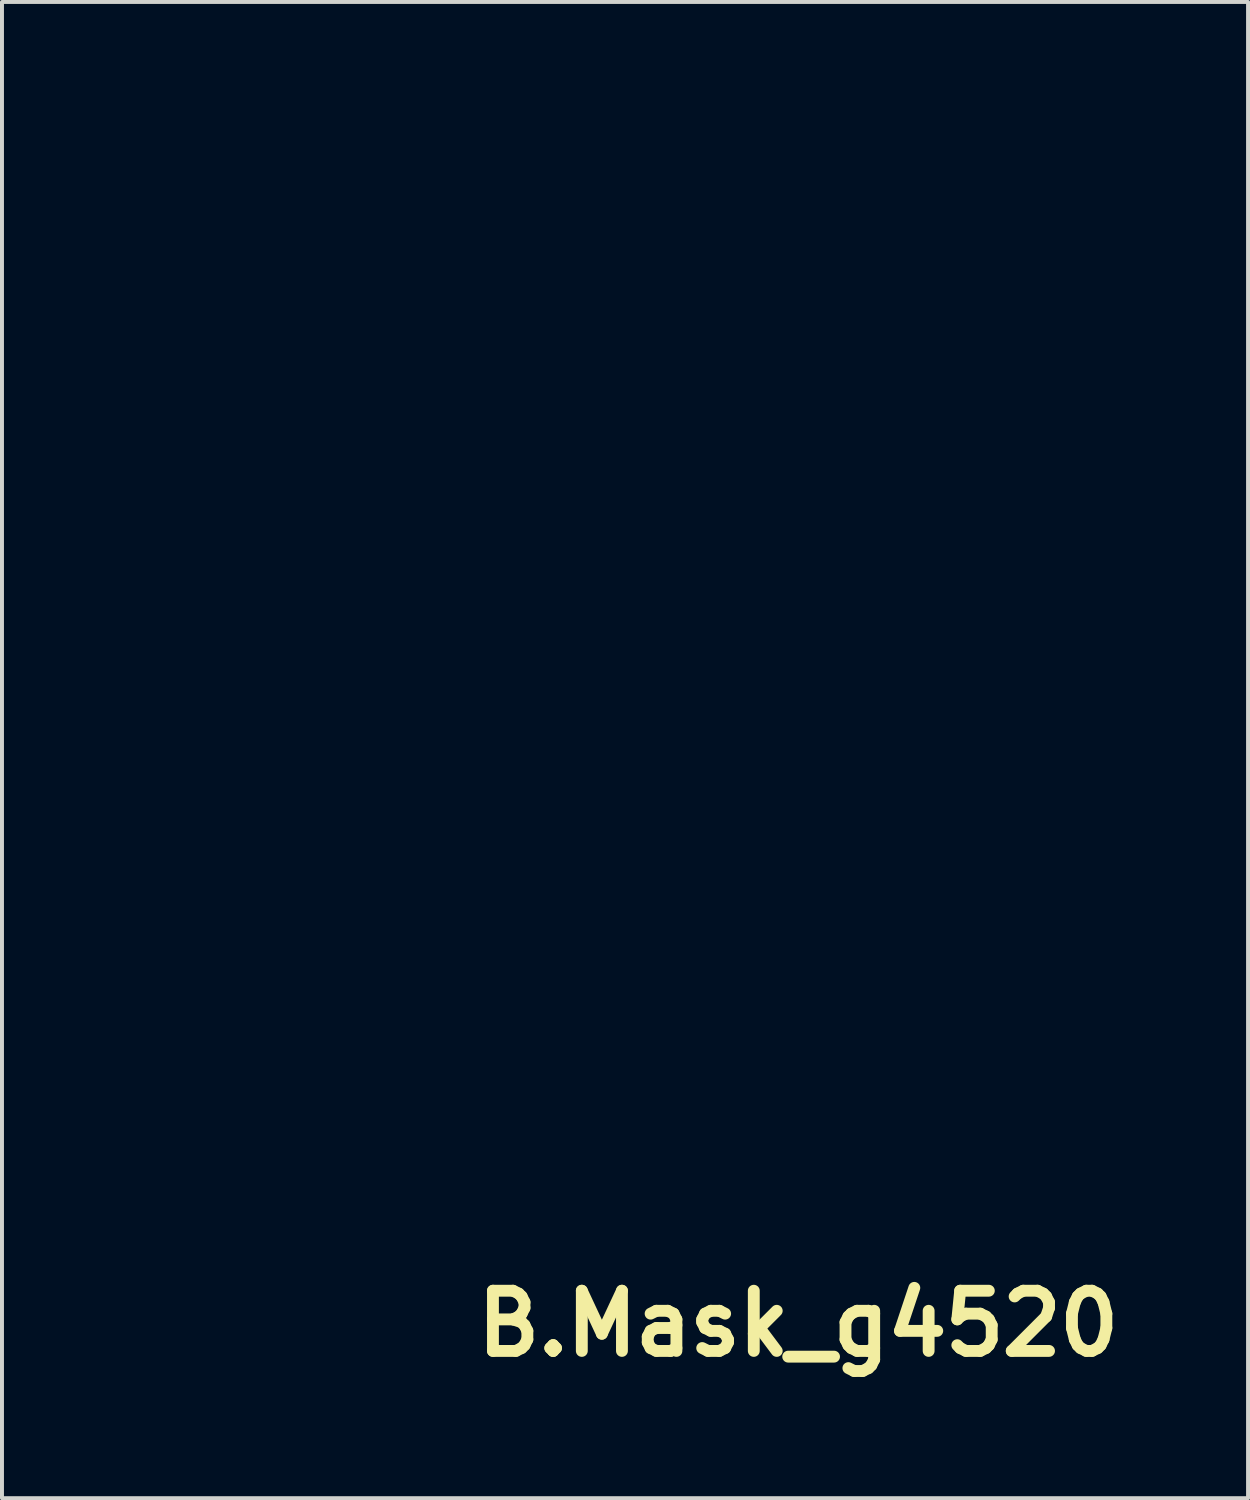
<source format=kicad_pcb>
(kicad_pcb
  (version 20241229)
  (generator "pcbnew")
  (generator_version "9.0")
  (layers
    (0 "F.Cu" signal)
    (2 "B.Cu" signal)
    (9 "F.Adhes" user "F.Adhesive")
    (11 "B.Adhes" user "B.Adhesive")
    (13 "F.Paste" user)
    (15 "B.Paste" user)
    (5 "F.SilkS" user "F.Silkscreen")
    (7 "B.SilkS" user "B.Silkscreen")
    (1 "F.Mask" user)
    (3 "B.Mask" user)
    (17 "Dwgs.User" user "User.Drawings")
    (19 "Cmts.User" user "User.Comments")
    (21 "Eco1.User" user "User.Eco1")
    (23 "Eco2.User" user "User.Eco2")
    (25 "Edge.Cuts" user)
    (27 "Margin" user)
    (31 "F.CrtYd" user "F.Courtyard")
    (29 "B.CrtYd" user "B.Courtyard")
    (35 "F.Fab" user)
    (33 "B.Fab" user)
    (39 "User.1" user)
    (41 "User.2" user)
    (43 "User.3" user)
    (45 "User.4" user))
  (footprint "B.Mask_g4520"
    (layer "F.Cu")
    (at 17.16 30.464)
    (property "Reference" "B.Mask_g4520" (at 0 0 0) (layer "F.SilkS") (effects (font (size 1.524 1.524) (thickness 0.3))))
    (attr through_hole)
    (fp_poly (pts (xy -9.353 -1.906) (xy -9.291 -1.817) (xy -9.247 -1.698) (xy -9.229 -1.579) (xy -9.242 -1.491) (xy -9.26 -1.468) (xy -9.343 -1.445) (xy -9.49 -1.429) (xy -9.679 -1.423) (xy -9.89 -1.425) (xy -9.938 -1.428) (xy -10.087 -1.439) (xy -10.196 -1.455) (xy -10.244 -1.473) (xy -10.245 -1.475) (xy -10.215 -1.523) (xy -10.136 -1.607) (xy -10.029 -1.708) (xy -9.911 -1.81) (xy -9.8 -1.894) (xy -9.794 -1.898) (xy -9.625 -1.979) (xy -9.475 -1.982) (xy -9.353 -1.906)) (stroke (width 0.01) (type solid)) (fill yes) (layer "B.Mask"))
    (fp_poly (pts (xy -16.907 -30.422) (xy -16.81 -30.317) (xy -16.693 -30.155) (xy -16.564 -29.945) (xy -16.428 -29.698) (xy -16.364 -29.57) (xy -16.25 -29.33) (xy -16.129 -29.06) (xy -16.006 -28.772) (xy -15.885 -28.476) (xy -15.769 -28.185) (xy -15.664 -27.908) (xy -15.573 -27.657) (xy -15.501 -27.442) (xy -15.451 -27.276) (xy -15.429 -27.168) (xy -15.431 -27.134) (xy -15.496 -27.104) (xy -15.628 -27.099) (xy -15.816 -27.118) (xy -16.044 -27.16) (xy -16.289 -27.219) (xy -16.468 -27.286) (xy -16.598 -27.376) (xy -16.697 -27.502) (xy -16.784 -27.681) (xy -16.844 -27.837) (xy -17.016 -28.388) (xy -17.118 -28.918) (xy -17.155 -29.448) (xy -17.155 -29.527) (xy -17.146 -29.824) (xy -17.123 -30.074) (xy -17.088 -30.269) (xy -17.043 -30.4) (xy -16.989 -30.457) (xy -16.977 -30.459) (xy -16.907 -30.422)) (stroke (width 0.01) (type solid)) (fill yes) (layer "B.Mask"))
    (fp_poly (pts (xy -16.498 -26.954) (xy -16.343 -26.936) (xy -16.267 -26.925) (xy -16.047 -26.896) (xy -15.789 -26.869) (xy -15.539 -26.848) (xy -15.473 -26.844) (xy -15.05 -26.818) (xy -14.872 -26.48) (xy -14.767 -26.267) (xy -14.658 -26.025) (xy -14.552 -25.774) (xy -14.459 -25.534) (xy -14.386 -25.325) (xy -14.34 -25.166) (xy -14.333 -25.135) (xy -14.324 -25.016) (xy -14.357 -24.931) (xy -14.406 -24.876) (xy -14.545 -24.787) (xy -14.748 -24.725) (xy -14.996 -24.691) (xy -15.273 -24.688) (xy -15.56 -24.718) (xy -15.675 -24.74) (xy -15.915 -24.813) (xy -16.107 -24.925) (xy -16.269 -25.09) (xy -16.416 -25.322) (xy -16.455 -25.397) (xy -16.592 -25.702) (xy -16.676 -25.978) (xy -16.713 -26.255) (xy -16.709 -26.563) (xy -16.708 -26.58) (xy -16.694 -26.745) (xy -16.678 -26.875) (xy -16.664 -26.949) (xy -16.66 -26.957) (xy -16.611 -26.962) (xy -16.498 -26.954)) (stroke (width 0.01) (type solid)) (fill yes) (layer "B.Mask"))
    (fp_poly (pts (xy -13.979 -24.525) (xy -13.886 -24.475) (xy -13.851 -24.447) (xy -13.695 -24.278) (xy -13.541 -24.039) (xy -13.396 -23.748) (xy -13.269 -23.42) (xy -13.167 -23.07) (xy -13.146 -22.98) (xy -13.108 -22.778) (xy -13.105 -22.637) (xy -13.146 -22.54) (xy -13.237 -22.468) (xy -13.387 -22.402) (xy -13.392 -22.401) (xy -13.807 -22.274) (xy -14.213 -22.206) (xy -14.593 -22.199) (xy -14.885 -22.242) (xy -15.202 -22.362) (xy -15.487 -22.552) (xy -15.731 -22.805) (xy -15.925 -23.11) (xy -16.06 -23.457) (xy -16.091 -23.581) (xy -16.108 -23.704) (xy -16.118 -23.866) (xy -16.122 -24.041) (xy -16.119 -24.209) (xy -16.109 -24.346) (xy -16.093 -24.429) (xy -16.086 -24.441) (xy -16.038 -24.445) (xy -15.924 -24.441) (xy -15.761 -24.43) (xy -15.589 -24.414) (xy -15.369 -24.395) (xy -15.203 -24.387) (xy -15.06 -24.394) (xy -14.911 -24.415) (xy -14.726 -24.454) (xy -14.699 -24.46) (xy -14.436 -24.515) (xy -14.239 -24.545) (xy -14.092 -24.548) (xy -13.979 -24.525)) (stroke (width 0.01) (type solid)) (fill yes) (layer "B.Mask"))
    (fp_poly (pts (xy -12.799 -22.2) (xy -12.725 -22.159) (xy -12.657 -22.097) (xy -12.651 -22.091) (xy -12.533 -21.933) (xy -12.41 -21.719) (xy -12.293 -21.471) (xy -12.192 -21.212) (xy -12.114 -20.964) (xy -12.071 -20.752) (xy -12.065 -20.665) (xy -12.101 -20.537) (xy -12.212 -20.42) (xy -12.401 -20.313) (xy -12.664 -20.215) (xy -13.085 -20.105) (xy -13.497 -20.043) (xy -13.884 -20.028) (xy -14.228 -20.063) (xy -14.34 -20.089) (xy -14.707 -20.228) (xy -15.02 -20.431) (xy -15.278 -20.699) (xy -15.474 -21.017) (xy -15.536 -21.155) (xy -15.575 -21.285) (xy -15.598 -21.434) (xy -15.612 -21.632) (xy -15.614 -21.684) (xy -15.62 -21.875) (xy -15.619 -21.997) (xy -15.608 -22.064) (xy -15.586 -22.093) (xy -15.558 -22.098) (xy -15.492 -22.091) (xy -15.359 -22.071) (xy -15.178 -22.041) (xy -14.967 -22.004) (xy -14.901 -21.992) (xy -14.317 -21.886) (xy -13.69 -22.056) (xy -13.4 -22.132) (xy -13.178 -22.184) (xy -13.013 -22.213) (xy -12.89 -22.218) (xy -12.799 -22.2)) (stroke (width 0.01) (type solid)) (fill yes) (layer "B.Mask"))
    (fp_poly (pts (xy -11.857 -20.188) (xy -11.806 -20.153) (xy -11.752 -20.106) (xy -11.634 -19.97) (xy -11.508 -19.77) (xy -11.383 -19.525) (xy -11.267 -19.254) (xy -11.169 -18.977) (xy -11.097 -18.713) (xy -11.066 -18.544) (xy -11.057 -18.411) (xy -11.079 -18.318) (xy -11.143 -18.225) (xy -11.15 -18.217) (xy -11.322 -18.066) (xy -11.56 -17.93) (xy -11.847 -17.814) (xy -12.165 -17.721) (xy -12.498 -17.655) (xy -12.827 -17.621) (xy -13.134 -17.623) (xy -13.404 -17.663) (xy -13.486 -17.688) (xy -13.812 -17.824) (xy -14.123 -17.998) (xy -14.404 -18.2) (xy -14.644 -18.417) (xy -14.827 -18.639) (xy -14.937 -18.847) (xy -15.001 -19.062) (xy -15.042 -19.289) (xy -15.06 -19.501) (xy -15.049 -19.674) (xy -15.032 -19.742) (xy -14.985 -19.863) (xy -14.276 -19.834) (xy -13.936 -19.824) (xy -13.654 -19.827) (xy -13.403 -19.847) (xy -13.158 -19.886) (xy -12.893 -19.947) (xy -12.58 -20.035) (xy -12.501 -20.059) (xy -12.27 -20.128) (xy -12.105 -20.175) (xy -11.991 -20.2) (xy -11.914 -20.204) (xy -11.857 -20.188)) (stroke (width 0.01) (type solid)) (fill yes) (layer "B.Mask"))
    (fp_poly (pts (xy -10.71 -17.931) (xy -10.61 -17.836) (xy -10.502 -17.708) (xy -10.485 -17.686) (xy -10.349 -17.47) (xy -10.232 -17.22) (xy -10.138 -16.954) (xy -10.074 -16.691) (xy -10.042 -16.448) (xy -10.047 -16.242) (xy -10.087 -16.105) (xy -10.238 -15.883) (xy -10.444 -15.672) (xy -10.677 -15.501) (xy -10.765 -15.453) (xy -11.012 -15.349) (xy -11.298 -15.256) (xy -11.604 -15.179) (xy -11.909 -15.121) (xy -12.193 -15.086) (xy -12.434 -15.079) (xy -12.573 -15.093) (xy -12.644 -15.105) (xy -12.772 -15.127) (xy -12.932 -15.153) (xy -12.954 -15.157) (xy -13.132 -15.187) (xy -13.262 -15.22) (xy -13.37 -15.266) (xy -13.483 -15.339) (xy -13.626 -15.449) (xy -13.685 -15.496) (xy -14 -15.803) (xy -14.259 -16.171) (xy -14.329 -16.299) (xy -14.42 -16.497) (xy -14.475 -16.676) (xy -14.498 -16.865) (xy -14.492 -17.091) (xy -14.478 -17.253) (xy -14.458 -17.431) (xy -14.438 -17.575) (xy -14.423 -17.666) (xy -14.416 -17.687) (xy -14.37 -17.685) (xy -14.26 -17.664) (xy -14.103 -17.628) (xy -13.961 -17.593) (xy -13.5 -17.502) (xy -13.012 -17.454) (xy -12.531 -17.453) (xy -12.219 -17.48) (xy -11.92 -17.528) (xy -11.676 -17.59) (xy -11.455 -17.675) (xy -11.227 -17.795) (xy -11.166 -17.831) (xy -10.986 -17.929) (xy -10.859 -17.975) (xy -10.782 -17.976) (xy -10.71 -17.931)) (stroke (width 0.01) (type solid)) (fill yes) (layer "B.Mask"))
    (fp_poly (pts (xy -9.654 -15.727) (xy -9.595 -15.685) (xy -9.502 -15.593) (xy -9.393 -15.468) (xy -9.356 -15.423) (xy -9.177 -15.161) (xy -9.051 -14.88) (xy -8.965 -14.551) (xy -8.958 -14.513) (xy -8.948 -14.456) (xy -8.948 -14.411) (xy -8.966 -14.376) (xy -9.014 -14.349) (xy -9.098 -14.327) (xy -9.23 -14.308) (xy -9.417 -14.29) (xy -9.671 -14.271) (xy -9.999 -14.247) (xy -10.012 -14.246) (xy -10.469 -14.206) (xy -10.926 -14.153) (xy -11.373 -14.087) (xy -11.795 -14.013) (xy -12.181 -13.932) (xy -12.519 -13.847) (xy -12.795 -13.759) (xy -12.987 -13.679) (xy -13.119 -13.616) (xy -13.204 -13.595) (xy -13.269 -13.615) (xy -13.333 -13.671) (xy -13.427 -13.789) (xy -13.506 -13.944) (xy -13.578 -14.155) (xy -13.631 -14.36) (xy -13.678 -14.587) (xy -13.707 -14.795) (xy -13.717 -14.972) (xy -13.709 -15.102) (xy -13.682 -15.174) (xy -13.65 -15.181) (xy -13.475 -15.129) (xy -13.239 -15.079) (xy -12.965 -15.034) (xy -12.677 -14.999) (xy -12.399 -14.977) (xy -12.213 -14.97) (xy -11.974 -14.97) (xy -11.79 -14.979) (xy -11.629 -15.001) (xy -11.463 -15.039) (xy -11.303 -15.084) (xy -11.092 -15.155) (xy -10.843 -15.251) (xy -10.591 -15.359) (xy -10.435 -15.432) (xy -10.186 -15.553) (xy -10 -15.639) (xy -9.865 -15.696) (xy -9.77 -15.726) (xy -9.703 -15.735) (xy -9.654 -15.727)) (stroke (width 0.01) (type solid)) (fill yes) (layer "B.Mask")))
  (gr_rect
    (start -3 -3)
    (end 28.549 34.882)
    (stroke (width 0.1) (type default))
    (fill no)
    (layer "Edge.Cuts")))
</source>
